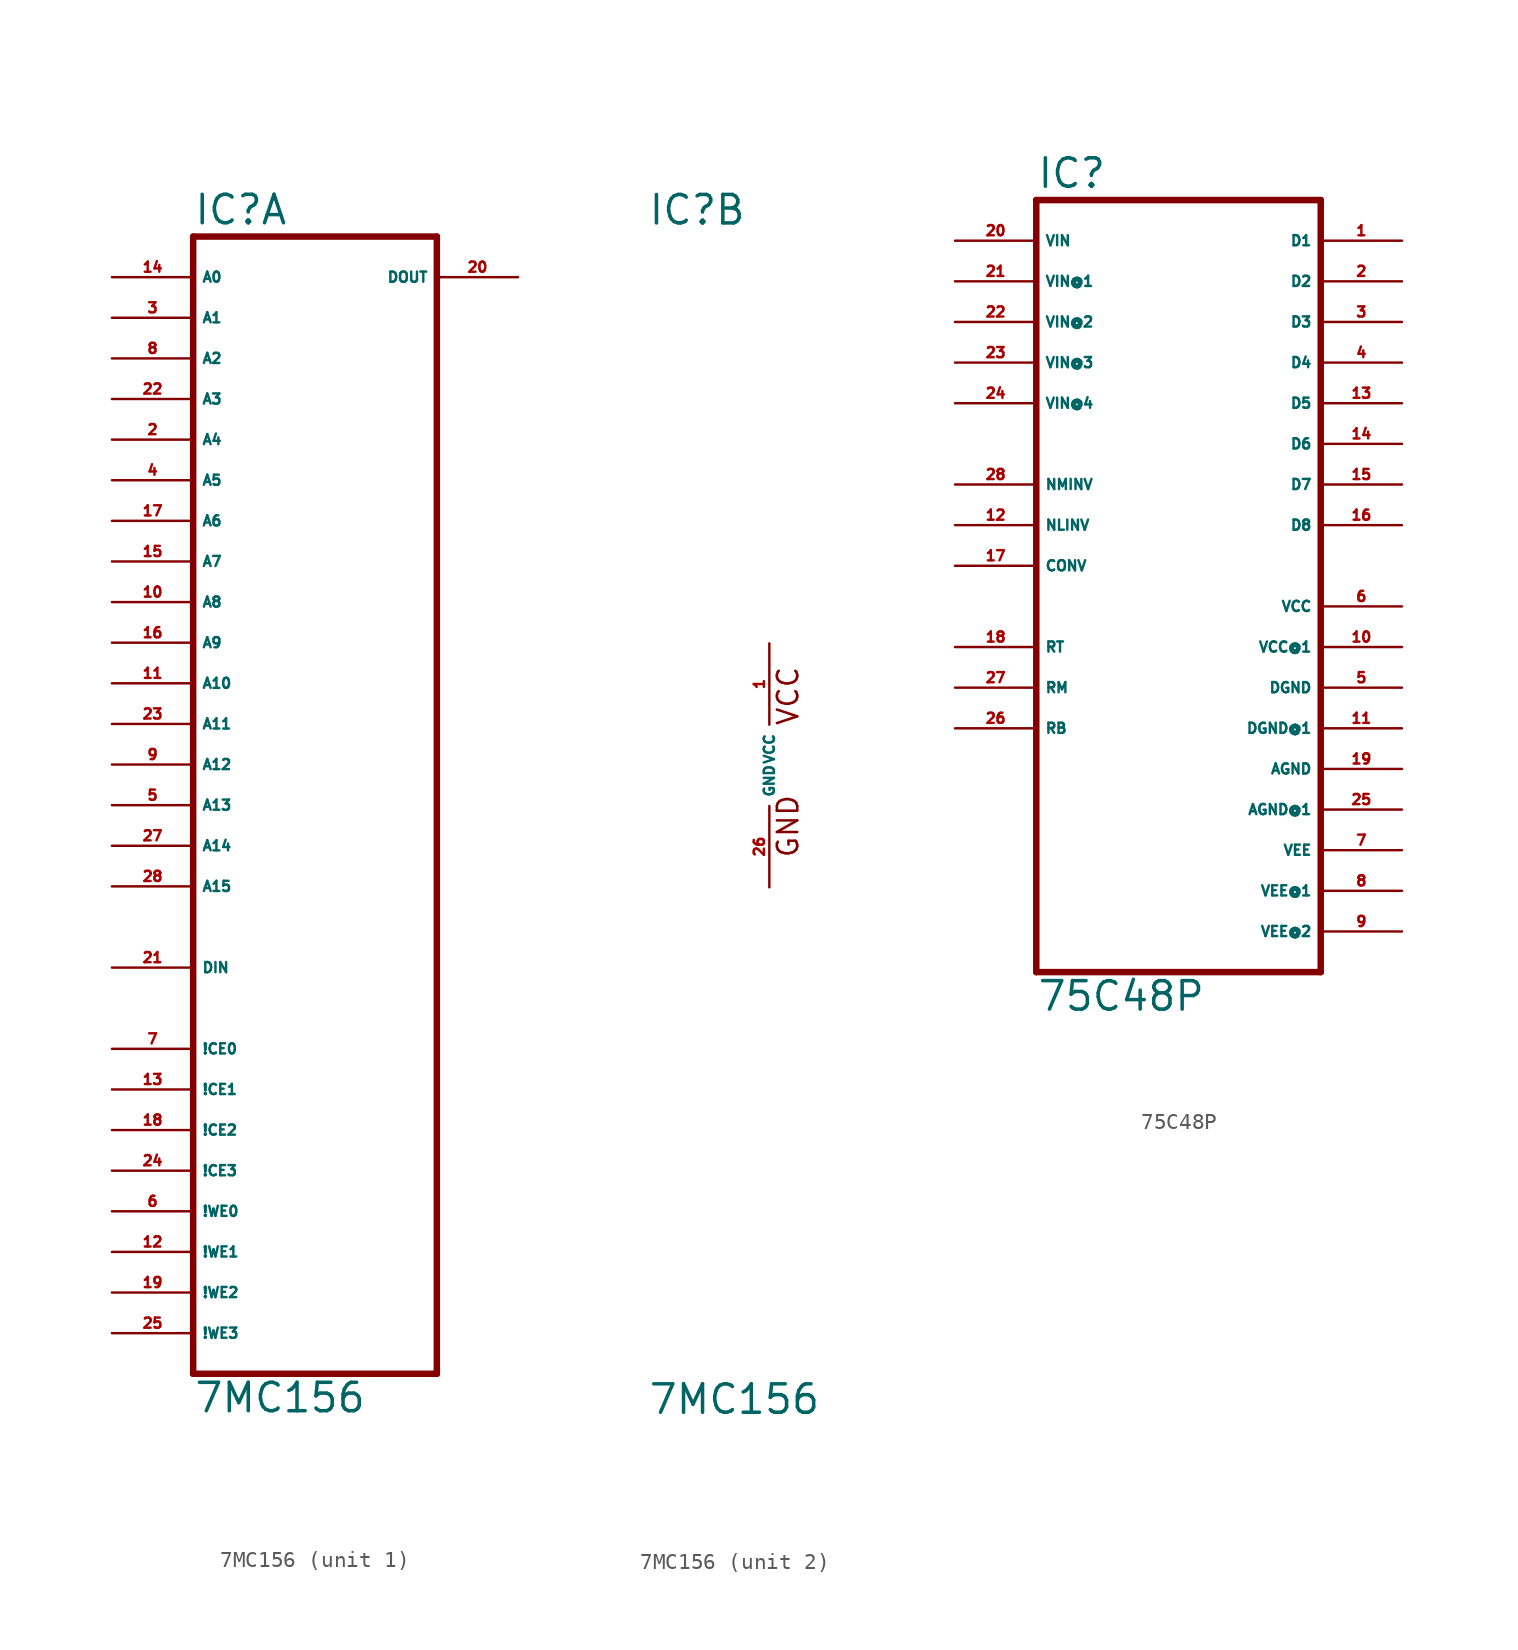
<source format=kicad_sym>
(kicad_symbol_lib
  (version 20220914)
  (generator Eagle2Kicad)
  (symbol "7MC156"
    (property "Reference" "IC"
      (at -7.62 33.655 0)
      (effects (font (size 1.778 1.778) (thickness 0.22)) (justify left bottom)))
    (property "Value" "7MC156"
      (at -7.62 -40.64 0)
      (effects (font (size 1.778 1.778) (thickness 0.22)) (justify left bottom)))
    (symbol "7MC156_1_0"
      (polyline (pts (xy -7.62 -38.1) (xy 7.62 -38.1)) (stroke (width 0.406) (type default)) (fill (type none)))
      (polyline (pts (xy 7.62 -38.1) (xy 7.62 33.02)) (stroke (width 0.406) (type default)) (fill (type none)))
      (polyline (pts (xy 7.62 33.02) (xy -7.62 33.02)) (stroke (width 0.406) (type default)) (fill (type none)))
      (polyline (pts (xy -7.62 33.02) (xy -7.62 -38.1)) (stroke (width 0.406) (type default)) (fill (type none)))
      (pin input line (at -12.7 30.48 0) (length 5.08) (name "A0" (effects (font (size 0.635 0.635) (thickness 0.08)) (justify left bottom))) (number "14" (effects (font (size 0.635 0.635) (thickness 0.08)) (justify left bottom))))
      (pin input line (at -12.7 27.94 0) (length 5.08) (name "A1" (effects (font (size 0.635 0.635) (thickness 0.08)) (justify left bottom))) (number "3" (effects (font (size 0.635 0.635) (thickness 0.08)) (justify left bottom))))
      (pin input line (at -12.7 25.4 0) (length 5.08) (name "A2" (effects (font (size 0.635 0.635) (thickness 0.08)) (justify left bottom))) (number "8" (effects (font (size 0.635 0.635) (thickness 0.08)) (justify left bottom))))
      (pin input line (at -12.7 22.86 0) (length 5.08) (name "A3" (effects (font (size 0.635 0.635) (thickness 0.08)) (justify left bottom))) (number "22" (effects (font (size 0.635 0.635) (thickness 0.08)) (justify left bottom))))
      (pin input line (at -12.7 20.32 0) (length 5.08) (name "A4" (effects (font (size 0.635 0.635) (thickness 0.08)) (justify left bottom))) (number "2" (effects (font (size 0.635 0.635) (thickness 0.08)) (justify left bottom))))
      (pin input line (at -12.7 17.78 0) (length 5.08) (name "A5" (effects (font (size 0.635 0.635) (thickness 0.08)) (justify left bottom))) (number "4" (effects (font (size 0.635 0.635) (thickness 0.08)) (justify left bottom))))
      (pin input line (at -12.7 15.24 0) (length 5.08) (name "A6" (effects (font (size 0.635 0.635) (thickness 0.08)) (justify left bottom))) (number "17" (effects (font (size 0.635 0.635) (thickness 0.08)) (justify left bottom))))
      (pin input line (at -12.7 12.7 0) (length 5.08) (name "A7" (effects (font (size 0.635 0.635) (thickness 0.08)) (justify left bottom))) (number "15" (effects (font (size 0.635 0.635) (thickness 0.08)) (justify left bottom))))
      (pin input line (at -12.7 10.16 0) (length 5.08) (name "A8" (effects (font (size 0.635 0.635) (thickness 0.08)) (justify left bottom))) (number "10" (effects (font (size 0.635 0.635) (thickness 0.08)) (justify left bottom))))
      (pin input line (at -12.7 7.62 0) (length 5.08) (name "A9" (effects (font (size 0.635 0.635) (thickness 0.08)) (justify left bottom))) (number "16" (effects (font (size 0.635 0.635) (thickness 0.08)) (justify left bottom))))
      (pin input line (at -12.7 5.08 0) (length 5.08) (name "A10" (effects (font (size 0.635 0.635) (thickness 0.08)) (justify left bottom))) (number "11" (effects (font (size 0.635 0.635) (thickness 0.08)) (justify left bottom))))
      (pin input line (at -12.7 2.54 0) (length 5.08) (name "A11" (effects (font (size 0.635 0.635) (thickness 0.08)) (justify left bottom))) (number "23" (effects (font (size 0.635 0.635) (thickness 0.08)) (justify left bottom))))
      (pin input line (at -12.7 0 0) (length 5.08) (name "A12" (effects (font (size 0.635 0.635) (thickness 0.08)) (justify left bottom))) (number "9" (effects (font (size 0.635 0.635) (thickness 0.08)) (justify left bottom))))
      (pin input line (at -12.7 -2.54 0) (length 5.08) (name "A13" (effects (font (size 0.635 0.635) (thickness 0.08)) (justify left bottom))) (number "5" (effects (font (size 0.635 0.635) (thickness 0.08)) (justify left bottom))))
      (pin input line (at -12.7 -5.08 0) (length 5.08) (name "A14" (effects (font (size 0.635 0.635) (thickness 0.08)) (justify left bottom))) (number "27" (effects (font (size 0.635 0.635) (thickness 0.08)) (justify left bottom))))
      (pin input line (at -12.7 -7.62 0) (length 5.08) (name "A15" (effects (font (size 0.635 0.635) (thickness 0.08)) (justify left bottom))) (number "28" (effects (font (size 0.635 0.635) (thickness 0.08)) (justify left bottom))))
      (pin input line (at -12.7 -17.78 0) (length 5.08) (name "!CE0" (effects (font (size 0.635 0.635) (thickness 0.08)) (justify left bottom))) (number "7" (effects (font (size 0.635 0.635) (thickness 0.08)) (justify left bottom))))
      (pin input line (at -12.7 -20.32 0) (length 5.08) (name "!CE1" (effects (font (size 0.635 0.635) (thickness 0.08)) (justify left bottom))) (number "13" (effects (font (size 0.635 0.635) (thickness 0.08)) (justify left bottom))))
      (pin input line (at -12.7 -22.86 0) (length 5.08) (name "!CE2" (effects (font (size 0.635 0.635) (thickness 0.08)) (justify left bottom))) (number "18" (effects (font (size 0.635 0.635) (thickness 0.08)) (justify left bottom))))
      (pin input line (at -12.7 -25.4 0) (length 5.08) (name "!CE3" (effects (font (size 0.635 0.635) (thickness 0.08)) (justify left bottom))) (number "24" (effects (font (size 0.635 0.635) (thickness 0.08)) (justify left bottom))))
      (pin input line (at -12.7 -27.94 0) (length 5.08) (name "!WE0" (effects (font (size 0.635 0.635) (thickness 0.08)) (justify left bottom))) (number "6" (effects (font (size 0.635 0.635) (thickness 0.08)) (justify left bottom))))
      (pin input line (at -12.7 -30.48 0) (length 5.08) (name "!WE1" (effects (font (size 0.635 0.635) (thickness 0.08)) (justify left bottom))) (number "12" (effects (font (size 0.635 0.635) (thickness 0.08)) (justify left bottom))))
      (pin input line (at -12.7 -33.02 0) (length 5.08) (name "!WE2" (effects (font (size 0.635 0.635) (thickness 0.08)) (justify left bottom))) (number "19" (effects (font (size 0.635 0.635) (thickness 0.08)) (justify left bottom))))
      (pin input line (at -12.7 -35.56 0) (length 5.08) (name "!WE3" (effects (font (size 0.635 0.635) (thickness 0.08)) (justify left bottom))) (number "25" (effects (font (size 0.635 0.635) (thickness 0.08)) (justify left bottom))))
      (pin input line (at -12.7 -12.7 0) (length 5.08) (name "DIN" (effects (font (size 0.635 0.635) (thickness 0.08)) (justify left bottom))) (number "21" (effects (font (size 0.635 0.635) (thickness 0.08)) (justify left bottom))))
      (pin output line (at 12.7 30.48 180) (length 5.08) (name "DOUT" (effects (font (size 0.635 0.635) (thickness 0.08)) (justify left bottom))) (number "20" (effects (font (size 0.635 0.635) (thickness 0.08)) (justify left bottom)))))
    (symbol "7MC156_2_0"
      (text "GND" (at 1.905 -5.842 900) (effects (font (size 1.27 1.27) (thickness 0.16)) (justify left bottom)))
      (text "VCC" (at 1.905 2.413 900) (effects (font (size 1.27 1.27) (thickness 0.16)) (justify left bottom)))
      (pin unspecified line (at 0 7.62 270) (length 5.08) (name "VCC" (effects (font (size 0.635 0.635) (thickness 0.08)) (justify left bottom))) (number "1" (effects (font (size 0.635 0.635) (thickness 0.08)) (justify left bottom))))
      (pin unspecified line (at 0 -7.62 90) (length 5.08) (name "GND" (effects (font (size 0.635 0.635) (thickness 0.08)) (justify left bottom))) (number "26" (effects (font (size 0.635 0.635) (thickness 0.08)) (justify left bottom))))))
  (symbol "75C48P"
    (property "Reference" "IC"
      (at -7.62 23.495 0)
      (effects (font (size 1.778 1.778) (thickness 0.22)) (justify left bottom)))
    (property "Value" "75C48P"
      (at -7.62 -27.94 0)
      (effects (font (size 1.778 1.778) (thickness 0.22)) (justify left bottom)))
    (polyline
      (pts (xy 10.16 -25.4) (xy -7.62 -25.4))
      (stroke (width 0.406) (type default))
      (fill (type none)))
    (polyline
      (pts (xy -7.62 -25.4) (xy -7.62 22.86))
      (stroke (width 0.406) (type default))
      (fill (type none)))
    (polyline
      (pts (xy -7.62 22.86) (xy 10.16 22.86))
      (stroke (width 0.406) (type default))
      (fill (type none)))
    (polyline
      (pts (xy 10.16 22.86) (xy 10.16 -25.4))
      (stroke (width 0.406) (type default))
      (fill (type none)))
    (pin input line
      (at -12.7 20.32 0)
      (length 5.08)
      (name "VIN" (effects (font (size 0.635 0.635) (thickness 0.08)) (justify left bottom)))
      (number "20" (effects (font (size 0.635 0.635) (thickness 0.08)) (justify left bottom))))
    (pin input line
      (at -12.7 17.78 0)
      (length 5.08)
      (name "VIN@1" (effects (font (size 0.635 0.635) (thickness 0.08)) (justify left bottom)))
      (number "21" (effects (font (size 0.635 0.635) (thickness 0.08)) (justify left bottom))))
    (pin input line
      (at -12.7 15.24 0)
      (length 5.08)
      (name "VIN@2" (effects (font (size 0.635 0.635) (thickness 0.08)) (justify left bottom)))
      (number "22" (effects (font (size 0.635 0.635) (thickness 0.08)) (justify left bottom))))
    (pin input line
      (at -12.7 12.7 0)
      (length 5.08)
      (name "VIN@3" (effects (font (size 0.635 0.635) (thickness 0.08)) (justify left bottom)))
      (number "23" (effects (font (size 0.635 0.635) (thickness 0.08)) (justify left bottom))))
    (pin input line
      (at -12.7 10.16 0)
      (length 5.08)
      (name "VIN@4" (effects (font (size 0.635 0.635) (thickness 0.08)) (justify left bottom)))
      (number "24" (effects (font (size 0.635 0.635) (thickness 0.08)) (justify left bottom))))
    (pin input line
      (at -12.7 5.08 0)
      (length 5.08)
      (name "NMINV" (effects (font (size 0.635 0.635) (thickness 0.08)) (justify left bottom)))
      (number "28" (effects (font (size 0.635 0.635) (thickness 0.08)) (justify left bottom))))
    (pin input line
      (at -12.7 2.54 0)
      (length 5.08)
      (name "NLINV" (effects (font (size 0.635 0.635) (thickness 0.08)) (justify left bottom)))
      (number "12" (effects (font (size 0.635 0.635) (thickness 0.08)) (justify left bottom))))
    (pin input line
      (at -12.7 0 0)
      (length 5.08)
      (name "CONV" (effects (font (size 0.635 0.635) (thickness 0.08)) (justify left bottom)))
      (number "17" (effects (font (size 0.635 0.635) (thickness 0.08)) (justify left bottom))))
    (pin input line
      (at -12.7 -5.08 0)
      (length 5.08)
      (name "RT" (effects (font (size 0.635 0.635) (thickness 0.08)) (justify left bottom)))
      (number "18" (effects (font (size 0.635 0.635) (thickness 0.08)) (justify left bottom))))
    (pin input line
      (at -12.7 -7.62 0)
      (length 5.08)
      (name "RM" (effects (font (size 0.635 0.635) (thickness 0.08)) (justify left bottom)))
      (number "27" (effects (font (size 0.635 0.635) (thickness 0.08)) (justify left bottom))))
    (pin input line
      (at -12.7 -10.16 0)
      (length 5.08)
      (name "RB" (effects (font (size 0.635 0.635) (thickness 0.08)) (justify left bottom)))
      (number "26" (effects (font (size 0.635 0.635) (thickness 0.08)) (justify left bottom))))
    (pin output line
      (at 15.24 20.32 180)
      (length 5.08)
      (name "D1" (effects (font (size 0.635 0.635) (thickness 0.08)) (justify left bottom)))
      (number "1" (effects (font (size 0.635 0.635) (thickness 0.08)) (justify left bottom))))
    (pin output line
      (at 15.24 17.78 180)
      (length 5.08)
      (name "D2" (effects (font (size 0.635 0.635) (thickness 0.08)) (justify left bottom)))
      (number "2" (effects (font (size 0.635 0.635) (thickness 0.08)) (justify left bottom))))
    (pin output line
      (at 15.24 15.24 180)
      (length 5.08)
      (name "D3" (effects (font (size 0.635 0.635) (thickness 0.08)) (justify left bottom)))
      (number "3" (effects (font (size 0.635 0.635) (thickness 0.08)) (justify left bottom))))
    (pin output line
      (at 15.24 12.7 180)
      (length 5.08)
      (name "D4" (effects (font (size 0.635 0.635) (thickness 0.08)) (justify left bottom)))
      (number "4" (effects (font (size 0.635 0.635) (thickness 0.08)) (justify left bottom))))
    (pin output line
      (at 15.24 10.16 180)
      (length 5.08)
      (name "D5" (effects (font (size 0.635 0.635) (thickness 0.08)) (justify left bottom)))
      (number "13" (effects (font (size 0.635 0.635) (thickness 0.08)) (justify left bottom))))
    (pin output line
      (at 15.24 7.62 180)
      (length 5.08)
      (name "D6" (effects (font (size 0.635 0.635) (thickness 0.08)) (justify left bottom)))
      (number "14" (effects (font (size 0.635 0.635) (thickness 0.08)) (justify left bottom))))
    (pin output line
      (at 15.24 5.08 180)
      (length 5.08)
      (name "D7" (effects (font (size 0.635 0.635) (thickness 0.08)) (justify left bottom)))
      (number "15" (effects (font (size 0.635 0.635) (thickness 0.08)) (justify left bottom))))
    (pin output line
      (at 15.24 2.54 180)
      (length 5.08)
      (name "D8" (effects (font (size 0.635 0.635) (thickness 0.08)) (justify left bottom)))
      (number "16" (effects (font (size 0.635 0.635) (thickness 0.08)) (justify left bottom))))
    (pin unspecified line
      (at 15.24 -2.54 180)
      (length 5.08)
      (name "VCC" (effects (font (size 0.635 0.635) (thickness 0.08)) (justify left bottom)))
      (number "6" (effects (font (size 0.635 0.635) (thickness 0.08)) (justify left bottom))))
    (pin unspecified line
      (at 15.24 -7.62 180)
      (length 5.08)
      (name "DGND" (effects (font (size 0.635 0.635) (thickness 0.08)) (justify left bottom)))
      (number "5" (effects (font (size 0.635 0.635) (thickness 0.08)) (justify left bottom))))
    (pin unspecified line
      (at 15.24 -12.7 180)
      (length 5.08)
      (name "AGND" (effects (font (size 0.635 0.635) (thickness 0.08)) (justify left bottom)))
      (number "19" (effects (font (size 0.635 0.635) (thickness 0.08)) (justify left bottom))))
    (pin unspecified line
      (at 15.24 -15.24 180)
      (length 5.08)
      (name "AGND@1" (effects (font (size 0.635 0.635) (thickness 0.08)) (justify left bottom)))
      (number "25" (effects (font (size 0.635 0.635) (thickness 0.08)) (justify left bottom))))
    (pin unspecified line
      (at 15.24 -17.78 180)
      (length 5.08)
      (name "VEE" (effects (font (size 0.635 0.635) (thickness 0.08)) (justify left bottom)))
      (number "7" (effects (font (size 0.635 0.635) (thickness 0.08)) (justify left bottom))))
    (pin unspecified line
      (at 15.24 -20.32 180)
      (length 5.08)
      (name "VEE@1" (effects (font (size 0.635 0.635) (thickness 0.08)) (justify left bottom)))
      (number "8" (effects (font (size 0.635 0.635) (thickness 0.08)) (justify left bottom))))
    (pin unspecified line
      (at 15.24 -22.86 180)
      (length 5.08)
      (name "VEE@2" (effects (font (size 0.635 0.635) (thickness 0.08)) (justify left bottom)))
      (number "9" (effects (font (size 0.635 0.635) (thickness 0.08)) (justify left bottom))))
    (pin unspecified line
      (at 15.24 -5.08 180)
      (length 5.08)
      (name "VCC@1" (effects (font (size 0.635 0.635) (thickness 0.08)) (justify left bottom)))
      (number "10" (effects (font (size 0.635 0.635) (thickness 0.08)) (justify left bottom))))
    (pin unspecified line
      (at 15.24 -10.16 180)
      (length 5.08)
      (name "DGND@1" (effects (font (size 0.635 0.635) (thickness 0.08)) (justify left bottom)))
      (number "11" (effects (font (size 0.635 0.635) (thickness 0.08)) (justify left bottom))))))
</source>
